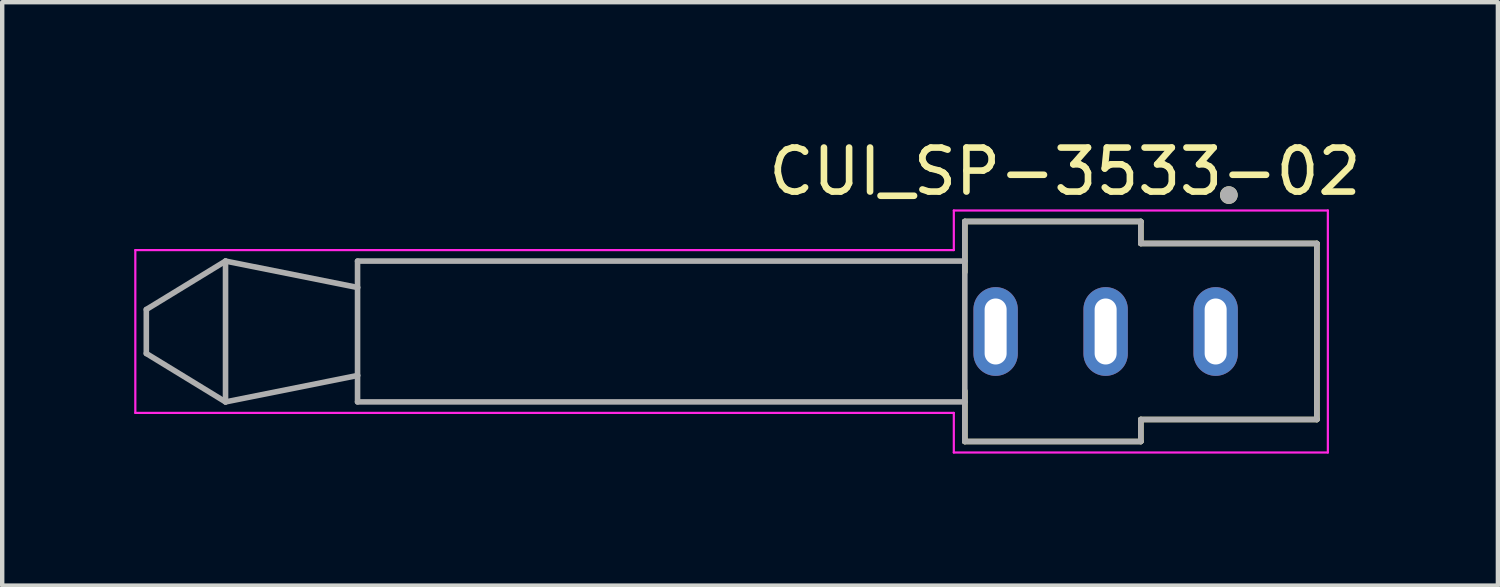
<source format=kicad_pcb>
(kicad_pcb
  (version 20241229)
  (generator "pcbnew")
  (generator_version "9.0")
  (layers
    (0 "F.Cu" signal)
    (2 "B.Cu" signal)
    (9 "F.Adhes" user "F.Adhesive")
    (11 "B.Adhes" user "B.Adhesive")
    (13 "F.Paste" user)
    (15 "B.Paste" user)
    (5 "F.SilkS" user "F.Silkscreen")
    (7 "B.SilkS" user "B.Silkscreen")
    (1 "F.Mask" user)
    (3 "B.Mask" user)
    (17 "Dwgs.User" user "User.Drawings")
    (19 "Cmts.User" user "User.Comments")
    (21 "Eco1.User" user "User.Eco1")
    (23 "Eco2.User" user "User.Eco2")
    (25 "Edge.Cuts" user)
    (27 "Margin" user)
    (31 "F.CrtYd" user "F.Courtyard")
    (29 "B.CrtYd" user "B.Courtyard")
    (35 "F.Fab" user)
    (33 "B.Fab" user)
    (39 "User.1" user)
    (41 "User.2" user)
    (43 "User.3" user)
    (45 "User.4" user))
  (footprint "CUI_SP-3533-02"
    (layer "F.Cu")
    (at 22.075 4.483)
    (property "Reference" "CUI_SP-3533-02" (at -0.925 -3.635 0) (layer "F.SilkS") (effects (font (size 1 1) (thickness 0.15))))
    (attr through_hole)
    (fp_line (start -3.2 -2.5) (end 0.8 -2.5) (stroke (width 0.127) (type solid)) (layer "F.SilkS"))
    (fp_line (start -3.2 -1.35) (end -3.2 -2.5) (stroke (width 0.127) (type solid)) (layer "F.SilkS"))
    (fp_line (start -3.2 2.5) (end -3.2 1.35) (stroke (width 0.127) (type solid)) (layer "F.SilkS"))
    (fp_line (start 0.8 -2.5) (end 0.8 -2) (stroke (width 0.127) (type solid)) (layer "F.SilkS"))
    (fp_line (start 0.8 -2) (end 4.8 -2) (stroke (width 0.127) (type solid)) (layer "F.SilkS"))
    (fp_line (start 0.8 2) (end 0.8 2.5) (stroke (width 0.127) (type solid)) (layer "F.SilkS"))
    (fp_line (start 0.8 2.5) (end -3.2 2.5) (stroke (width 0.127) (type solid)) (layer "F.SilkS"))
    (fp_line (start 4.8 -2) (end 4.8 2) (stroke (width 0.127) (type solid)) (layer "F.SilkS"))
    (fp_line (start 4.8 2) (end 0.8 2) (stroke (width 0.127) (type solid)) (layer "F.SilkS"))
    (fp_circle (center 2.8 -3.1) (end 2.9 -3.1) (stroke (width 0.2) (type solid)) (fill no) (layer "F.SilkS"))
    (fp_line (start -22.05 -1.85) (end -3.45 -1.85) (stroke (width 0.05) (type solid)) (layer "F.CrtYd"))
    (fp_line (start -22.05 1.85) (end -22.05 -1.85) (stroke (width 0.05) (type solid)) (layer "F.CrtYd"))
    (fp_line (start -3.45 -2.75) (end 5.05 -2.75) (stroke (width 0.05) (type solid)) (layer "F.CrtYd"))
    (fp_line (start -3.45 -1.85) (end -3.45 -2.75) (stroke (width 0.05) (type solid)) (layer "F.CrtYd"))
    (fp_line (start -3.45 1.85) (end -22.05 1.85) (stroke (width 0.05) (type solid)) (layer "F.CrtYd"))
    (fp_line (start -3.45 2.75) (end -3.45 1.85) (stroke (width 0.05) (type solid)) (layer "F.CrtYd"))
    (fp_line (start 5.05 -2.75) (end 5.05 2.75) (stroke (width 0.05) (type solid)) (layer "F.CrtYd"))
    (fp_line (start 5.05 2.75) (end -3.45 2.75) (stroke (width 0.05) (type solid)) (layer "F.CrtYd"))
    (fp_line (start -21.8 -0.5) (end -21.8 0.5) (stroke (width 0.127) (type solid)) (layer "F.Fab"))
    (fp_line (start -21.8 0.5) (end -20 1.6) (stroke (width 0.127) (type solid)) (layer "F.Fab"))
    (fp_line (start -20 -1.6) (end -21.8 -0.5) (stroke (width 0.127) (type solid)) (layer "F.Fab"))
    (fp_line (start -20 -1.6) (end -20 1.6) (stroke (width 0.127) (type solid)) (layer "F.Fab"))
    (fp_line (start -20 1.6) (end -17 1) (stroke (width 0.127) (type solid)) (layer "F.Fab"))
    (fp_line (start -17 -1.6) (end -17 -1) (stroke (width 0.127) (type solid)) (layer "F.Fab"))
    (fp_line (start -17 -1) (end -20 -1.6) (stroke (width 0.127) (type solid)) (layer "F.Fab"))
    (fp_line (start -17 -1) (end -17 1) (stroke (width 0.127) (type solid)) (layer "F.Fab"))
    (fp_line (start -17 1) (end -17 1.6) (stroke (width 0.127) (type solid)) (layer "F.Fab"))
    (fp_line (start -17 1.6) (end -3.2 1.6) (stroke (width 0.127) (type solid)) (layer "F.Fab"))
    (fp_line (start -3.2 -2.5) (end 0.8 -2.5) (stroke (width 0.127) (type solid)) (layer "F.Fab"))
    (fp_line (start -3.2 -1.6) (end -17 -1.6) (stroke (width 0.127) (type solid)) (layer "F.Fab"))
    (fp_line (start -3.2 -1.6) (end -3.2 -2.5) (stroke (width 0.127) (type solid)) (layer "F.Fab"))
    (fp_line (start -3.2 1.6) (end -3.2 -1.6) (stroke (width 0.127) (type solid)) (layer "F.Fab"))
    (fp_line (start -3.2 2.5) (end -3.2 1.6) (stroke (width 0.127) (type solid)) (layer "F.Fab"))
    (fp_line (start -3.2 2.5) (end 0.8 2.5) (stroke (width 0.127) (type solid)) (layer "F.Fab"))
    (fp_line (start 0.8 -2.5) (end 0.8 -2) (stroke (width 0.127) (type solid)) (layer "F.Fab"))
    (fp_line (start 0.8 -2) (end 4.8 -2) (stroke (width 0.127) (type solid)) (layer "F.Fab"))
    (fp_line (start 0.8 2) (end 0.8 2.5) (stroke (width 0.127) (type solid)) (layer "F.Fab"))
    (fp_line (start 0.8 2) (end 4.8 2) (stroke (width 0.127) (type solid)) (layer "F.Fab"))
    (fp_line (start 4.8 -2) (end 4.8 2) (stroke (width 0.127) (type solid)) (layer "F.Fab"))
    (fp_circle (center 2.8 -3.1) (end 2.9 -3.1) (stroke (width 0.2) (type solid)) (fill no) (layer "F.Fab"))
    (pad "R" thru_hole oval (at 0 0) (size 1.008 2.016) (drill oval 0.5 1.5) (layers "*.Cu" "*.Mask"))
    (pad "S" thru_hole oval (at -2.5 0) (size 1.008 2.016) (drill oval 0.5 1.5) (layers "*.Cu" "*.Mask"))
    (pad "T" thru_hole oval (at 2.5 0) (size 1.008 2.016) (drill oval 0.5 1.5) (layers "*.Cu" "*.Mask")))
  (gr_rect
    (start -3 -3)
    (end 30.989 10.258)
    (stroke (width 0.1) (type default))
    (fill no)
    (layer "Edge.Cuts")))
</source>
